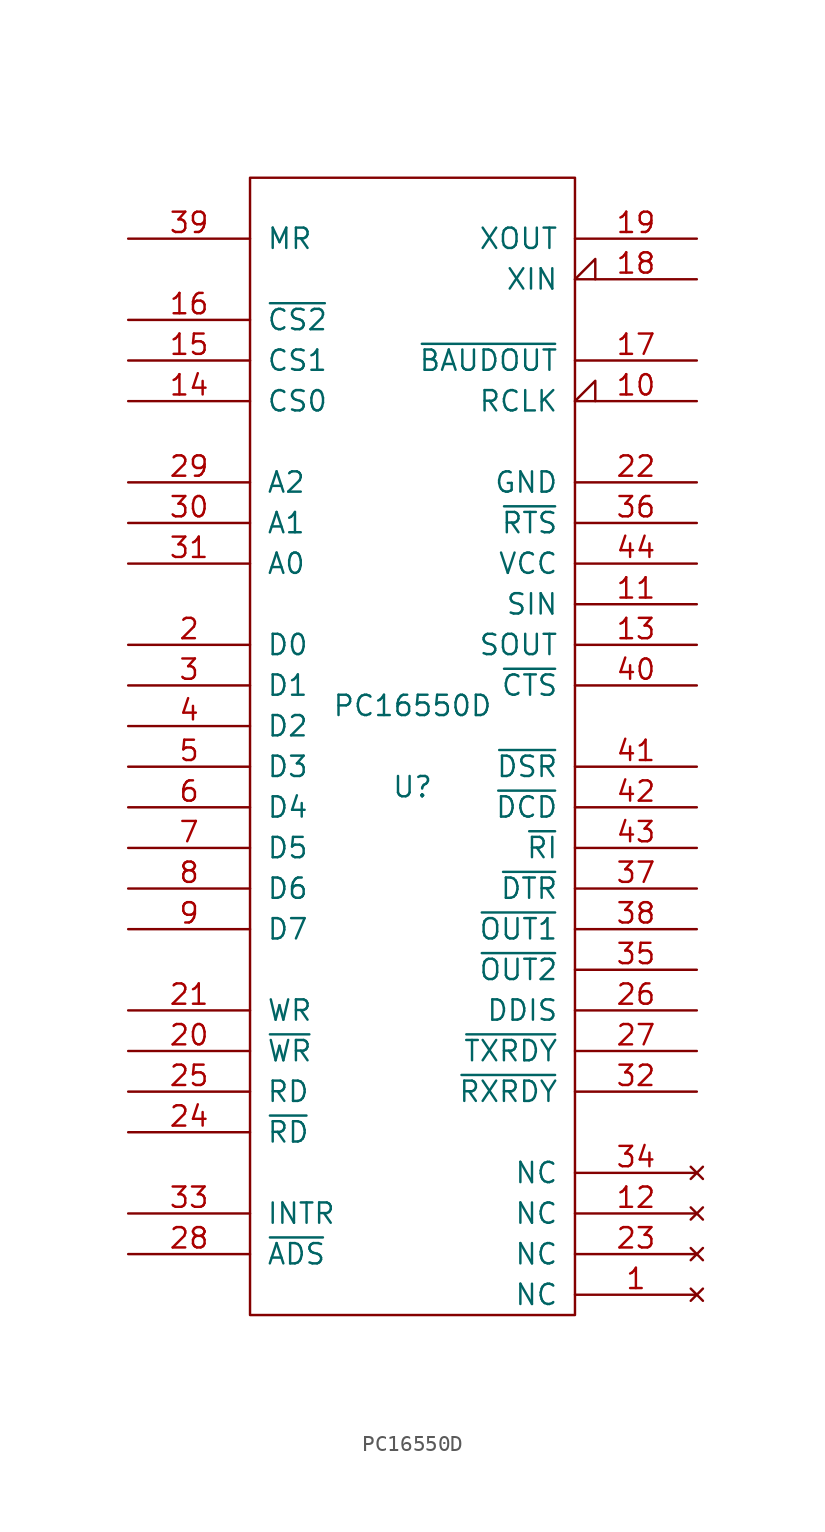
<source format=kicad_sym>
(kicad_symbol_lib
  (version 20220914)
  (generator kicad_symbol_editor)
  (symbol "PC16550D"
    (pin_names
      (offset 1.016))
    (property "Reference" "U"
      (at 0 -2.54 0)
      (effects (font (size 1.27 1.27))))
    (property "Value" "PC16550D"
      (at 0 2.54 0)
      (effects (font (size 1.27 1.27))))
    (symbol "PC16550D_1_0"
      (rectangle (start -10.16 35.56) (end 10.16 -35.56) (stroke (width 0) (type solid)) (fill (type none))))
    (symbol "PC16550D_1_1"
      (pin no_connect line (at 17.78 -34.29 180) (length 7.62) (name "NC" (effects (font (size 1.27 1.27)))) (number "1" (effects (font (size 1.27 1.27)))))
      (pin input input_low (at 17.78 21.59 180) (length 7.62) (name "RCLK" (effects (font (size 1.27 1.27)))) (number "10" (effects (font (size 1.27 1.27)))))
      (pin input line (at 17.78 8.89 180) (length 7.62) (name "SIN" (effects (font (size 1.27 1.27)))) (number "11" (effects (font (size 1.27 1.27)))))
      (pin no_connect line (at 17.78 -29.21 180) (length 7.62) (name "NC" (effects (font (size 1.27 1.27)))) (number "12" (effects (font (size 1.27 1.27)))))
      (pin output line (at 17.78 6.35 180) (length 7.62) (name "SOUT" (effects (font (size 1.27 1.27)))) (number "13" (effects (font (size 1.27 1.27)))))
      (pin input line (at -17.78 21.59 0) (length 7.62) (name "CS0" (effects (font (size 1.27 1.27)))) (number "14" (effects (font (size 1.27 1.27)))))
      (pin input line (at -17.78 24.13 0) (length 7.62) (name "CS1" (effects (font (size 1.27 1.27)))) (number "15" (effects (font (size 1.27 1.27)))))
      (pin input line (at -17.78 26.67 0) (length 7.62) (name "~{CS2}" (effects (font (size 1.27 1.27)))) (number "16" (effects (font (size 1.27 1.27)))))
      (pin output line (at 17.78 24.13 180) (length 7.62) (name "~{BAUDOUT}" (effects (font (size 1.27 1.27)))) (number "17" (effects (font (size 1.27 1.27)))))
      (pin input input_low (at 17.78 29.21 180) (length 7.62) (name "XIN" (effects (font (size 1.27 1.27)))) (number "18" (effects (font (size 1.27 1.27)))))
      (pin output line (at 17.78 31.75 180) (length 7.62) (name "XOUT" (effects (font (size 1.27 1.27)))) (number "19" (effects (font (size 1.27 1.27)))))
      (pin bidirectional line (at -17.78 6.35 0) (length 7.62) (name "D0" (effects (font (size 1.27 1.27)))) (number "2" (effects (font (size 1.27 1.27)))))
      (pin input line (at -17.78 -19.05 0) (length 7.62) (name "~{WR}" (effects (font (size 1.27 1.27)))) (number "20" (effects (font (size 1.27 1.27)))))
      (pin input line (at -17.78 -16.51 0) (length 7.62) (name "WR" (effects (font (size 1.27 1.27)))) (number "21" (effects (font (size 1.27 1.27)))))
      (pin power_in line (at 17.78 16.51 180) (length 7.62) (name "GND" (effects (font (size 1.27 1.27)))) (number "22" (effects (font (size 1.27 1.27)))))
      (pin no_connect line (at 17.78 -31.75 180) (length 7.62) (name "NC" (effects (font (size 1.27 1.27)))) (number "23" (effects (font (size 1.27 1.27)))))
      (pin input line (at -17.78 -24.13 0) (length 7.62) (name "~{RD}" (effects (font (size 1.27 1.27)))) (number "24" (effects (font (size 1.27 1.27)))))
      (pin input line (at -17.78 -21.59 0) (length 7.62) (name "RD" (effects (font (size 1.27 1.27)))) (number "25" (effects (font (size 1.27 1.27)))))
      (pin output line (at 17.78 -16.51 180) (length 7.62) (name "DDIS" (effects (font (size 1.27 1.27)))) (number "26" (effects (font (size 1.27 1.27)))))
      (pin output line (at 17.78 -19.05 180) (length 7.62) (name "~{TXRDY}" (effects (font (size 1.27 1.27)))) (number "27" (effects (font (size 1.27 1.27)))))
      (pin input line (at -17.78 -31.75 0) (length 7.62) (name "~{ADS}" (effects (font (size 1.27 1.27)))) (number "28" (effects (font (size 1.27 1.27)))))
      (pin input line (at -17.78 16.51 0) (length 7.62) (name "A2" (effects (font (size 1.27 1.27)))) (number "29" (effects (font (size 1.27 1.27)))))
      (pin bidirectional line (at -17.78 3.81 0) (length 7.62) (name "D1" (effects (font (size 1.27 1.27)))) (number "3" (effects (font (size 1.27 1.27)))))
      (pin input line (at -17.78 13.97 0) (length 7.62) (name "A1" (effects (font (size 1.27 1.27)))) (number "30" (effects (font (size 1.27 1.27)))))
      (pin input line (at -17.78 11.43 0) (length 7.62) (name "A0" (effects (font (size 1.27 1.27)))) (number "31" (effects (font (size 1.27 1.27)))))
      (pin output line (at 17.78 -21.59 180) (length 7.62) (name "~{RXRDY}" (effects (font (size 1.27 1.27)))) (number "32" (effects (font (size 1.27 1.27)))))
      (pin output line (at -17.78 -29.21 0) (length 7.62) (name "INTR" (effects (font (size 1.27 1.27)))) (number "33" (effects (font (size 1.27 1.27)))))
      (pin no_connect line (at 17.78 -26.67 180) (length 7.62) (name "NC" (effects (font (size 1.27 1.27)))) (number "34" (effects (font (size 1.27 1.27)))))
      (pin output line (at 17.78 -13.97 180) (length 7.62) (name "~{OUT2}" (effects (font (size 1.27 1.27)))) (number "35" (effects (font (size 1.27 1.27)))))
      (pin output line (at 17.78 13.97 180) (length 7.62) (name "~{RTS}" (effects (font (size 1.27 1.27)))) (number "36" (effects (font (size 1.27 1.27)))))
      (pin output line (at 17.78 -8.89 180) (length 7.62) (name "~{DTR}" (effects (font (size 1.27 1.27)))) (number "37" (effects (font (size 1.27 1.27)))))
      (pin output line (at 17.78 -11.43 180) (length 7.62) (name "~{OUT1}" (effects (font (size 1.27 1.27)))) (number "38" (effects (font (size 1.27 1.27)))))
      (pin input line (at -17.78 31.75 0) (length 7.62) (name "MR" (effects (font (size 1.27 1.27)))) (number "39" (effects (font (size 1.27 1.27)))))
      (pin bidirectional line (at -17.78 1.27 0) (length 7.62) (name "D2" (effects (font (size 1.27 1.27)))) (number "4" (effects (font (size 1.27 1.27)))))
      (pin input line (at 17.78 3.81 180) (length 7.62) (name "~{CTS}" (effects (font (size 1.27 1.27)))) (number "40" (effects (font (size 1.27 1.27)))))
      (pin input line (at 17.78 -1.27 180) (length 7.62) (name "~{DSR}" (effects (font (size 1.27 1.27)))) (number "41" (effects (font (size 1.27 1.27)))))
      (pin input line (at 17.78 -3.81 180) (length 7.62) (name "~{DCD}" (effects (font (size 1.27 1.27)))) (number "42" (effects (font (size 1.27 1.27)))))
      (pin input line (at 17.78 -6.35 180) (length 7.62) (name "~{RI}" (effects (font (size 1.27 1.27)))) (number "43" (effects (font (size 1.27 1.27)))))
      (pin power_in line (at 17.78 11.43 180) (length 7.62) (name "VCC" (effects (font (size 1.27 1.27)))) (number "44" (effects (font (size 1.27 1.27)))))
      (pin bidirectional line (at -17.78 -1.27 0) (length 7.62) (name "D3" (effects (font (size 1.27 1.27)))) (number "5" (effects (font (size 1.27 1.27)))))
      (pin bidirectional line (at -17.78 -3.81 0) (length 7.62) (name "D4" (effects (font (size 1.27 1.27)))) (number "6" (effects (font (size 1.27 1.27)))))
      (pin bidirectional line (at -17.78 -6.35 0) (length 7.62) (name "D5" (effects (font (size 1.27 1.27)))) (number "7" (effects (font (size 1.27 1.27)))))
      (pin bidirectional line (at -17.78 -8.89 0) (length 7.62) (name "D6" (effects (font (size 1.27 1.27)))) (number "8" (effects (font (size 1.27 1.27)))))
      (pin bidirectional line (at -17.78 -11.43 0) (length 7.62) (name "D7" (effects (font (size 1.27 1.27)))) (number "9" (effects (font (size 1.27 1.27))))))))
</source>
